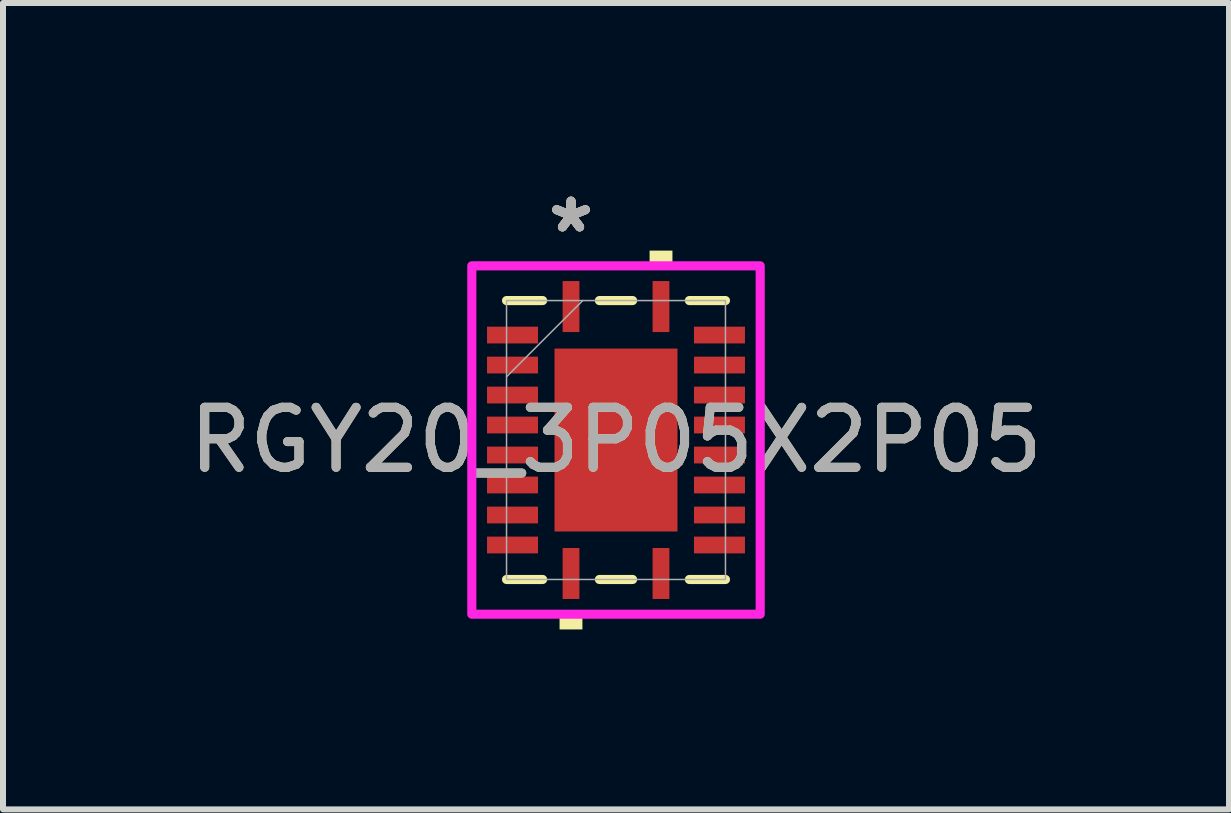
<source format=kicad_pcb>
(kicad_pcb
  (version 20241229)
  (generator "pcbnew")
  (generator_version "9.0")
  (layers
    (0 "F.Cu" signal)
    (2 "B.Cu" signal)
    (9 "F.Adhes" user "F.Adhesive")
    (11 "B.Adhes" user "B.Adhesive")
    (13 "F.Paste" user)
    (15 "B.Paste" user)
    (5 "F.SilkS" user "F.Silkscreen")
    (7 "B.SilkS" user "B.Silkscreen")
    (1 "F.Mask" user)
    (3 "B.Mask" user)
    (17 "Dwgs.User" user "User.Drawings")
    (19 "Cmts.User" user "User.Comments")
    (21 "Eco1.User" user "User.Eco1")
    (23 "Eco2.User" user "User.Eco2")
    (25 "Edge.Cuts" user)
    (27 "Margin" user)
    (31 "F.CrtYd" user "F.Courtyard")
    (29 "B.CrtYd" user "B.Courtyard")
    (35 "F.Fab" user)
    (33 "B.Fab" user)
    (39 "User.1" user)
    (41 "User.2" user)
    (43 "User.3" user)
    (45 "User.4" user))
  (footprint "RGY20_3P05X2P05"
    (layer "F.Cu")
    (at 7.22 4.286)
    (property "Reference" "RGY20_3P05X2P05" (at 0 0 0) (unlocked yes) (layer "F.SilkS") (effects (font (size 1 1) (thickness 0.15))))
    (attr smd)
    (fp_poly (pts (xy -2.22 -1.96) (xy -2.22 -1.54) (xy -1.23 -1.54) (xy -1.23 -1.96)) (stroke (width 0) (type solid)) (fill yes) (layer "F.Mask"))
    (fp_poly (pts (xy -2.22 -1.46) (xy -2.22 -1.04) (xy -1.23 -1.04) (xy -1.23 -1.46)) (stroke (width 0) (type solid)) (fill yes) (layer "F.Mask"))
    (fp_poly (pts (xy -2.22 -0.96) (xy -2.22 -0.54) (xy -1.23 -0.54) (xy -1.23 -0.96)) (stroke (width 0) (type solid)) (fill yes) (layer "F.Mask"))
    (fp_poly (pts (xy -2.22 -0.46) (xy -2.22 -0.04) (xy -1.23 -0.04) (xy -1.23 -0.46)) (stroke (width 0) (type solid)) (fill yes) (layer "F.Mask"))
    (fp_poly (pts (xy -2.22 0.04) (xy -2.22 0.46) (xy -1.23 0.46) (xy -1.23 0.04)) (stroke (width 0) (type solid)) (fill yes) (layer "F.Mask"))
    (fp_poly (pts (xy -2.22 0.54) (xy -2.22 0.96) (xy -1.23 0.96) (xy -1.23 0.54)) (stroke (width 0) (type solid)) (fill yes) (layer "F.Mask"))
    (fp_poly (pts (xy -2.22 1.04) (xy -2.22 1.46) (xy -1.23 1.46) (xy -1.23 1.04)) (stroke (width 0) (type solid)) (fill yes) (layer "F.Mask"))
    (fp_poly (pts (xy -2.22 1.54) (xy -2.22 1.96) (xy -1.23 1.96) (xy -1.23 1.54)) (stroke (width 0) (type solid)) (fill yes) (layer "F.Mask"))
    (fp_poly (pts (xy -1.089 -1.588) (xy -0.594 -1.588) (xy -0.594 1.588) (xy -1.089 1.588)) (stroke (width 0) (type solid)) (fill yes) (layer "F.Mask"))
    (fp_poly (pts (xy -1.089 -1.588) (xy 1.089 -1.588) (xy 1.089 -0.987) (xy -1.089 -0.987)) (stroke (width 0) (type solid)) (fill yes) (layer "F.Mask"))
    (fp_poly (pts (xy -1.089 -0.587) (xy 1.089 -0.587) (xy 1.089 -0.2) (xy -1.089 -0.2)) (stroke (width 0) (type solid)) (fill yes) (layer "F.Mask"))
    (fp_poly (pts (xy -1.089 0.2) (xy 1.089 0.2) (xy 1.089 0.587) (xy -1.089 0.587)) (stroke (width 0) (type solid)) (fill yes) (layer "F.Mask"))
    (fp_poly (pts (xy -1.089 0.987) (xy 1.089 0.987) (xy 1.089 1.588) (xy -1.089 1.588)) (stroke (width 0) (type solid)) (fill yes) (layer "F.Mask"))
    (fp_poly (pts (xy -0.96 -2.72) (xy -0.96 -1.73) (xy -0.54 -1.73) (xy -0.54 -2.72)) (stroke (width 0) (type solid)) (fill yes) (layer "F.Mask"))
    (fp_poly (pts (xy -0.96 1.73) (xy -0.96 2.72) (xy -0.54 2.72) (xy -0.54 1.73)) (stroke (width 0) (type solid)) (fill yes) (layer "F.Mask"))
    (fp_poly (pts (xy 0.194 -1.588) (xy -0.194 -1.588) (xy -0.194 1.588) (xy 0.194 1.588)) (stroke (width 0) (type solid)) (fill yes) (layer "F.Mask"))
    (fp_poly (pts (xy 0.54 -2.72) (xy 0.54 -1.73) (xy 0.96 -1.73) (xy 0.96 -2.72)) (stroke (width 0) (type solid)) (fill yes) (layer "F.Mask"))
    (fp_poly (pts (xy 0.54 1.73) (xy 0.54 2.72) (xy 0.96 2.72) (xy 0.96 1.73)) (stroke (width 0) (type solid)) (fill yes) (layer "F.Mask"))
    (fp_poly (pts (xy 0.594 -1.588) (xy 1.089 -1.588) (xy 1.089 1.588) (xy 0.594 1.588)) (stroke (width 0) (type solid)) (fill yes) (layer "F.Mask"))
    (fp_poly (pts (xy 1.23 -1.96) (xy 1.23 -1.54) (xy 2.22 -1.54) (xy 2.22 -1.96)) (stroke (width 0) (type solid)) (fill yes) (layer "F.Mask"))
    (fp_poly (pts (xy 1.23 -1.46) (xy 1.23 -1.04) (xy 2.22 -1.04) (xy 2.22 -1.46)) (stroke (width 0) (type solid)) (fill yes) (layer "F.Mask"))
    (fp_poly (pts (xy 1.23 -0.96) (xy 1.23 -0.54) (xy 2.22 -0.54) (xy 2.22 -0.96)) (stroke (width 0) (type solid)) (fill yes) (layer "F.Mask"))
    (fp_poly (pts (xy 1.23 -0.46) (xy 1.23 -0.04) (xy 2.22 -0.04) (xy 2.22 -0.46)) (stroke (width 0) (type solid)) (fill yes) (layer "F.Mask"))
    (fp_poly (pts (xy 1.23 0.04) (xy 1.23 0.46) (xy 2.22 0.46) (xy 2.22 0.04)) (stroke (width 0) (type solid)) (fill yes) (layer "F.Mask"))
    (fp_poly (pts (xy 1.23 0.54) (xy 1.23 0.96) (xy 2.22 0.96) (xy 2.22 0.54)) (stroke (width 0) (type solid)) (fill yes) (layer "F.Mask"))
    (fp_poly (pts (xy 1.23 1.04) (xy 1.23 1.46) (xy 2.22 1.46) (xy 2.22 1.04)) (stroke (width 0) (type solid)) (fill yes) (layer "F.Mask"))
    (fp_poly (pts (xy 1.23 1.54) (xy 1.23 1.96) (xy 2.22 1.96) (xy 2.22 1.54)) (stroke (width 0) (type solid)) (fill yes) (layer "F.Mask"))
    (fp_line (start -1.825 2.325) (end -1.223 2.325) (stroke (width 0.152) (type solid)) (layer "F.SilkS"))
    (fp_line (start -1.223 -2.325) (end -1.825 -2.325) (stroke (width 0.152) (type solid)) (layer "F.SilkS"))
    (fp_line (start -0.277 2.325) (end 0.277 2.325) (stroke (width 0.152) (type solid)) (layer "F.SilkS"))
    (fp_line (start 0.277 -2.325) (end -0.277 -2.325) (stroke (width 0.152) (type solid)) (layer "F.SilkS"))
    (fp_line (start 1.223 2.325) (end 1.825 2.325) (stroke (width 0.152) (type solid)) (layer "F.SilkS"))
    (fp_line (start 1.825 -2.325) (end 1.223 -2.325) (stroke (width 0.152) (type solid)) (layer "F.SilkS"))
    (fp_poly (pts (xy -0.941 2.904) (xy -0.941 3.158) (xy -0.56 3.158) (xy -0.56 2.904)) (stroke (width 0) (type solid)) (fill yes) (layer "F.SilkS"))
    (fp_poly (pts (xy 0.56 -2.904) (xy 0.56 -3.158) (xy 0.941 -3.158) (xy 0.941 -2.904)) (stroke (width 0) (type solid)) (fill yes) (layer "F.SilkS"))
    (fp_poly (pts (xy -2.125 -1.865) (xy -2.125 -1.635) (xy -1.325 -1.635) (xy -1.325 -1.865)) (stroke (width 0) (type solid)) (fill yes) (layer "F.Paste"))
    (fp_poly (pts (xy -2.125 -1.365) (xy -2.125 -1.135) (xy -1.325 -1.135) (xy -1.325 -1.365)) (stroke (width 0) (type solid)) (fill yes) (layer "F.Paste"))
    (fp_poly (pts (xy -2.125 -0.865) (xy -2.125 -0.635) (xy -1.325 -0.635) (xy -1.325 -0.865)) (stroke (width 0) (type solid)) (fill yes) (layer "F.Paste"))
    (fp_poly (pts (xy -2.125 -0.365) (xy -2.125 -0.135) (xy -1.325 -0.135) (xy -1.325 -0.365)) (stroke (width 0) (type solid)) (fill yes) (layer "F.Paste"))
    (fp_poly (pts (xy -2.125 0.135) (xy -2.125 0.365) (xy -1.325 0.365) (xy -1.325 0.135)) (stroke (width 0) (type solid)) (fill yes) (layer "F.Paste"))
    (fp_poly (pts (xy -2.125 0.635) (xy -2.125 0.865) (xy -1.325 0.865) (xy -1.325 0.635)) (stroke (width 0) (type solid)) (fill yes) (layer "F.Paste"))
    (fp_poly (pts (xy -2.125 1.135) (xy -2.125 1.365) (xy -1.325 1.365) (xy -1.325 1.135)) (stroke (width 0) (type solid)) (fill yes) (layer "F.Paste"))
    (fp_poly (pts (xy -2.125 1.635) (xy -2.125 1.865) (xy -1.325 1.865) (xy -1.325 1.635)) (stroke (width 0) (type solid)) (fill yes) (layer "F.Paste"))
    (fp_poly (pts (xy -0.865 -2.625) (xy -0.865 -1.825) (xy -0.635 -1.825) (xy -0.635 -2.625)) (stroke (width 0) (type solid)) (fill yes) (layer "F.Paste"))
    (fp_poly (pts (xy -0.865 1.825) (xy -0.865 2.625) (xy -0.635 2.625) (xy -0.635 1.825)) (stroke (width 0) (type solid)) (fill yes) (layer "F.Paste"))
    (fp_poly (pts (xy 0.635 -2.625) (xy 0.635 -1.825) (xy 0.865 -1.825) (xy 0.865 -2.625)) (stroke (width 0) (type solid)) (fill yes) (layer "F.Paste"))
    (fp_poly (pts (xy 0.635 1.825) (xy 0.635 2.625) (xy 0.865 2.625) (xy 0.865 1.825)) (stroke (width 0) (type solid)) (fill yes) (layer "F.Paste"))
    (fp_poly (pts (xy 1.325 -1.865) (xy 1.325 -1.635) (xy 2.125 -1.635) (xy 2.125 -1.865)) (stroke (width 0) (type solid)) (fill yes) (layer "F.Paste"))
    (fp_poly (pts (xy 1.325 -1.365) (xy 1.325 -1.135) (xy 2.125 -1.135) (xy 2.125 -1.365)) (stroke (width 0) (type solid)) (fill yes) (layer "F.Paste"))
    (fp_poly (pts (xy 1.325 -0.865) (xy 1.325 -0.635) (xy 2.125 -0.635) (xy 2.125 -0.865)) (stroke (width 0) (type solid)) (fill yes) (layer "F.Paste"))
    (fp_poly (pts (xy 1.325 -0.365) (xy 1.325 -0.135) (xy 2.125 -0.135) (xy 2.125 -0.365)) (stroke (width 0) (type solid)) (fill yes) (layer "F.Paste"))
    (fp_poly (pts (xy 1.325 0.135) (xy 1.325 0.365) (xy 2.125 0.365) (xy 2.125 0.135)) (stroke (width 0) (type solid)) (fill yes) (layer "F.Paste"))
    (fp_poly (pts (xy 1.325 0.635) (xy 1.325 0.865) (xy 2.125 0.865) (xy 2.125 0.635)) (stroke (width 0) (type solid)) (fill yes) (layer "F.Paste"))
    (fp_poly (pts (xy 1.325 1.135) (xy 1.325 1.365) (xy 2.125 1.365) (xy 2.125 1.135)) (stroke (width 0) (type solid)) (fill yes) (layer "F.Paste"))
    (fp_poly (pts (xy 1.325 1.635) (xy 1.325 1.865) (xy 2.125 1.865) (xy 2.125 1.635)) (stroke (width 0) (type solid)) (fill yes) (layer "F.Paste"))
    (fp_poly (pts (xy -0.95 -1.45) (xy -0.95 -0.887) (xy -0.635 -0.887) (xy -0.494 -1.029) (xy -0.494 -1.45)) (stroke (width 0) (type solid)) (fill yes) (layer "F.Paste"))
    (fp_poly (pts (xy -0.95 0.887) (xy -0.95 1.45) (xy -0.494 1.45) (xy -0.494 1.029) (xy -0.635 0.887)) (stroke (width 0) (type solid)) (fill yes) (layer "F.Paste"))
    (fp_poly (pts (xy 0.494 -1.45) (xy 0.494 -1.029) (xy 0.635 -0.887) (xy 0.95 -0.887) (xy 0.95 -1.45)) (stroke (width 0) (type solid)) (fill yes) (layer "F.Paste"))
    (fp_poly (pts (xy 0.635 0.887) (xy 0.494 1.029) (xy 0.494 1.45) (xy 0.95 1.45) (xy 0.95 0.887)) (stroke (width 0) (type solid)) (fill yes) (layer "F.Paste"))
    (fp_poly (pts (xy -0.95 -0.687) (xy -0.95 -0.1) (xy -0.635 -0.1) (xy -0.494 -0.241) (xy -0.494 -0.546) (xy -0.635 -0.687)) (stroke (width 0) (type solid)) (fill yes) (layer "F.Paste"))
    (fp_poly (pts (xy -0.95 0.1) (xy -0.95 0.687) (xy -0.635 0.687) (xy -0.494 0.546) (xy -0.494 0.241) (xy -0.635 0.1)) (stroke (width 0) (type solid)) (fill yes) (layer "F.Paste"))
    (fp_poly (pts (xy -0.294 -1.45) (xy -0.294 -1.029) (xy -0.152 -0.887) (xy 0.152 -0.887) (xy 0.294 -1.029) (xy 0.294 -1.45)) (stroke (width 0) (type solid)) (fill yes) (layer "F.Paste"))
    (fp_poly (pts (xy -0.152 0.887) (xy -0.294 1.029) (xy -0.294 1.45) (xy 0.294 1.45) (xy 0.294 1.029) (xy 0.152 0.887)) (stroke (width 0) (type solid)) (fill yes) (layer "F.Paste"))
    (fp_poly (pts (xy 0.635 -0.687) (xy 0.494 -0.546) (xy 0.494 -0.241) (xy 0.635 -0.1) (xy 0.95 -0.1) (xy 0.95 -0.687)) (stroke (width 0) (type solid)) (fill yes) (layer "F.Paste"))
    (fp_poly (pts (xy 0.635 0.1) (xy 0.494 0.241) (xy 0.494 0.546) (xy 0.635 0.687) (xy 0.95 0.687) (xy 0.95 0.1)) (stroke (width 0) (type solid)) (fill yes) (layer "F.Paste"))
    (fp_poly (pts (xy -0.152 -0.687) (xy -0.294 -0.546) (xy -0.294 -0.241) (xy -0.152 -0.1) (xy 0.152 -0.1) (xy 0.294 -0.241) (xy 0.294 -0.546) (xy 0.152 -0.687)) (stroke (width 0) (type solid)) (fill yes) (layer "F.Paste"))
    (fp_poly (pts (xy -0.152 0.1) (xy -0.294 0.241) (xy -0.294 0.546) (xy -0.152 0.687) (xy 0.152 0.687) (xy 0.294 0.546) (xy 0.294 0.241) (xy 0.152 0.1)) (stroke (width 0) (type solid)) (fill yes) (layer "F.Paste"))
    (fp_rect (start -2.404 -2.904) (end 2.404 2.904) (stroke (width 0.152) (type solid)) (fill no) (layer "F.CrtYd"))
    (fp_line (start -1.825 -1.055) (end -0.555 -2.325) (stroke (width 0.025) (type solid)) (layer "F.Fab"))
    (fp_rect (start -1.825 -2.325) (end 1.825 2.325) (stroke (width 0.025) (type solid)) (fill no) (layer "F.Fab"))
    (fp_text user "*" (at -0.75 -3.437 0) (layer "F.SilkS") (effects (font (size 1 1) (thickness 0.15))))
    (fp_text user "*" (at -0.75 -3.437 0) (unlocked yes) (layer "F.SilkS") (effects (font (size 1 1) (thickness 0.15))))
    (fp_text user "${REFERENCE}" (at 0 0 0) (unlocked yes) (layer "F.Fab") (effects (font (size 1 1) (thickness 0.15))))
    (fp_text user "*" (at -0.75 -3.437 0) (unlocked yes) (layer "F.Fab") (effects (font (size 1 1) (thickness 0.15))))
    (fp_text user "*" (at -0.75 -3.437 0) (layer "F.Fab") (effects (font (size 1 1) (thickness 0.15))))
    (pad "1" smd rect (at -0.75 -2.225) (size 0.28 0.85) (layers "F.Cu" "F.Mask"))
    (pad "2" smd rect (at -1.725 -1.75 90) (size 0.28 0.85) (layers "F.Cu" "F.Mask"))
    (pad "3" smd rect (at -1.725 -1.25 90) (size 0.28 0.85) (layers "F.Cu" "F.Mask"))
    (pad "4" smd rect (at -1.725 -0.75 90) (size 0.28 0.85) (layers "F.Cu" "F.Mask"))
    (pad "5" smd rect (at -1.725 -0.25 90) (size 0.28 0.85) (layers "F.Cu" "F.Mask"))
    (pad "6" smd rect (at -1.725 0.25 90) (size 0.28 0.85) (layers "F.Cu" "F.Mask"))
    (pad "7" smd rect (at -1.725 0.75 90) (size 0.28 0.85) (layers "F.Cu" "F.Mask"))
    (pad "8" smd rect (at -1.725 1.25 90) (size 0.28 0.85) (layers "F.Cu" "F.Mask"))
    (pad "9" smd rect (at -1.725 1.75 90) (size 0.28 0.85) (layers "F.Cu" "F.Mask"))
    (pad "10" smd rect (at -0.75 2.225) (size 0.28 0.85) (layers "F.Cu" "F.Mask"))
    (pad "11" smd rect (at 0.75 2.225) (size 0.28 0.85) (layers "F.Cu" "F.Mask"))
    (pad "12" smd rect (at 1.725 1.75 90) (size 0.28 0.85) (layers "F.Cu" "F.Mask"))
    (pad "13" smd rect (at 1.725 1.25 90) (size 0.28 0.85) (layers "F.Cu" "F.Mask"))
    (pad "14" smd rect (at 1.725 0.75 90) (size 0.28 0.85) (layers "F.Cu" "F.Mask"))
    (pad "15" smd rect (at 1.725 0.25 90) (size 0.28 0.85) (layers "F.Cu" "F.Mask"))
    (pad "16" smd rect (at 1.725 -0.25 90) (size 0.28 0.85) (layers "F.Cu" "F.Mask"))
    (pad "17" smd rect (at 1.725 -0.75 90) (size 0.28 0.85) (layers "F.Cu" "F.Mask"))
    (pad "18" smd rect (at 1.725 -1.25 90) (size 0.28 0.85) (layers "F.Cu" "F.Mask"))
    (pad "19" smd rect (at 1.725 -1.75 90) (size 0.28 0.85) (layers "F.Cu" "F.Mask"))
    (pad "20" smd rect (at 0.75 -2.225) (size 0.28 0.85) (layers "F.Cu" "F.Mask"))
    (pad "21" smd rect (at 0 0) (size 2.05 3.05) (property pad_prop_heatsink) (layers "F.Cu")))
  (gr_rect
    (start -3 -3)
    (end 17.44 10.444)
    (stroke (width 0.1) (type default))
    (fill no)
    (layer "Edge.Cuts")))
</source>
